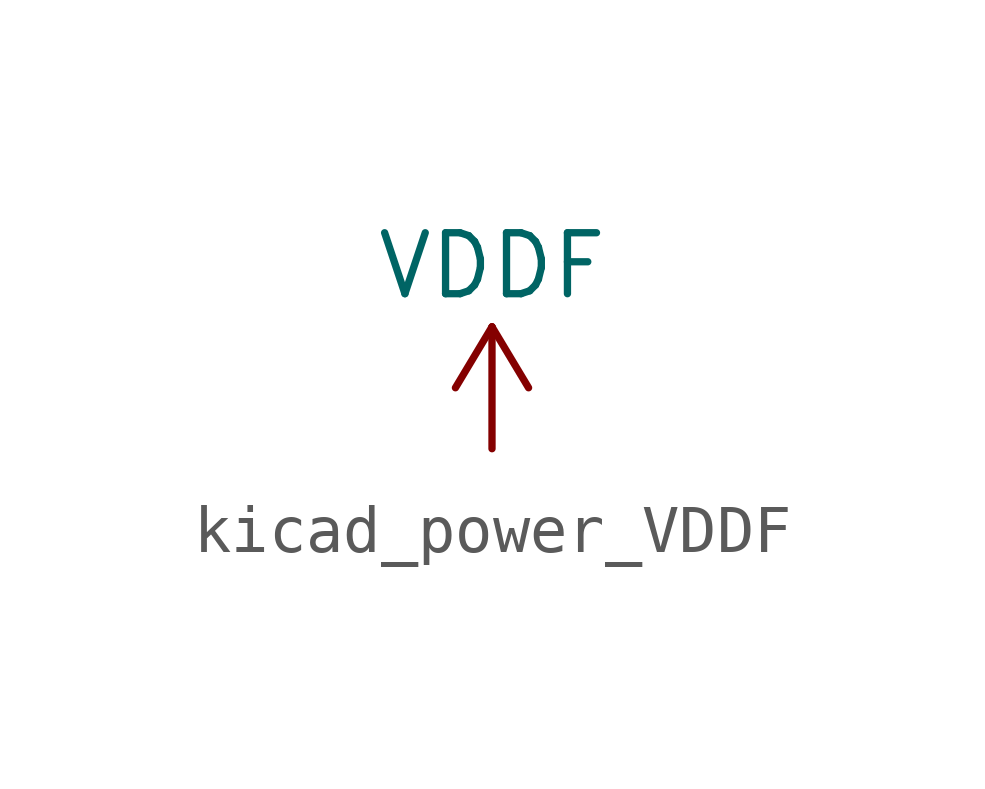
<source format=kicad_sym>
(kicad_symbol_lib
  (version 20220914)
  (generator kicad_symbol_editor)
  (symbol "kicad_power_VDDF"
    (power)
    (pin_names
      (offset 0))
    (property "Reference" "#PWR"
      (at 0 -3.81 0)
      (effects (font (size 1.27 1.27)) hide))
    (property "Value" "VDDF"
      (at 0 3.81 0)
      (effects (font (size 1.27 1.27))))
    (symbol "kicad_power_VDDF_0_1"
      (polyline (pts (xy -0.762 1.27) (xy 0 2.54)) (stroke (width 0) (type default)) (fill (type none)))
      (polyline (pts (xy 0 0) (xy 0 2.54)) (stroke (width 0) (type default)) (fill (type none)))
      (polyline (pts (xy 0 2.54) (xy 0.762 1.27)) (stroke (width 0) (type default)) (fill (type none))))
    (symbol "kicad_power_VDDF_1_1"
      (pin power_in line (at 0 0 90) (length 0) hide (name "VDDF" (effects (font (size 1.27 1.27)))) (number "1" (effects (font (size 1.27 1.27))))))))
</source>
